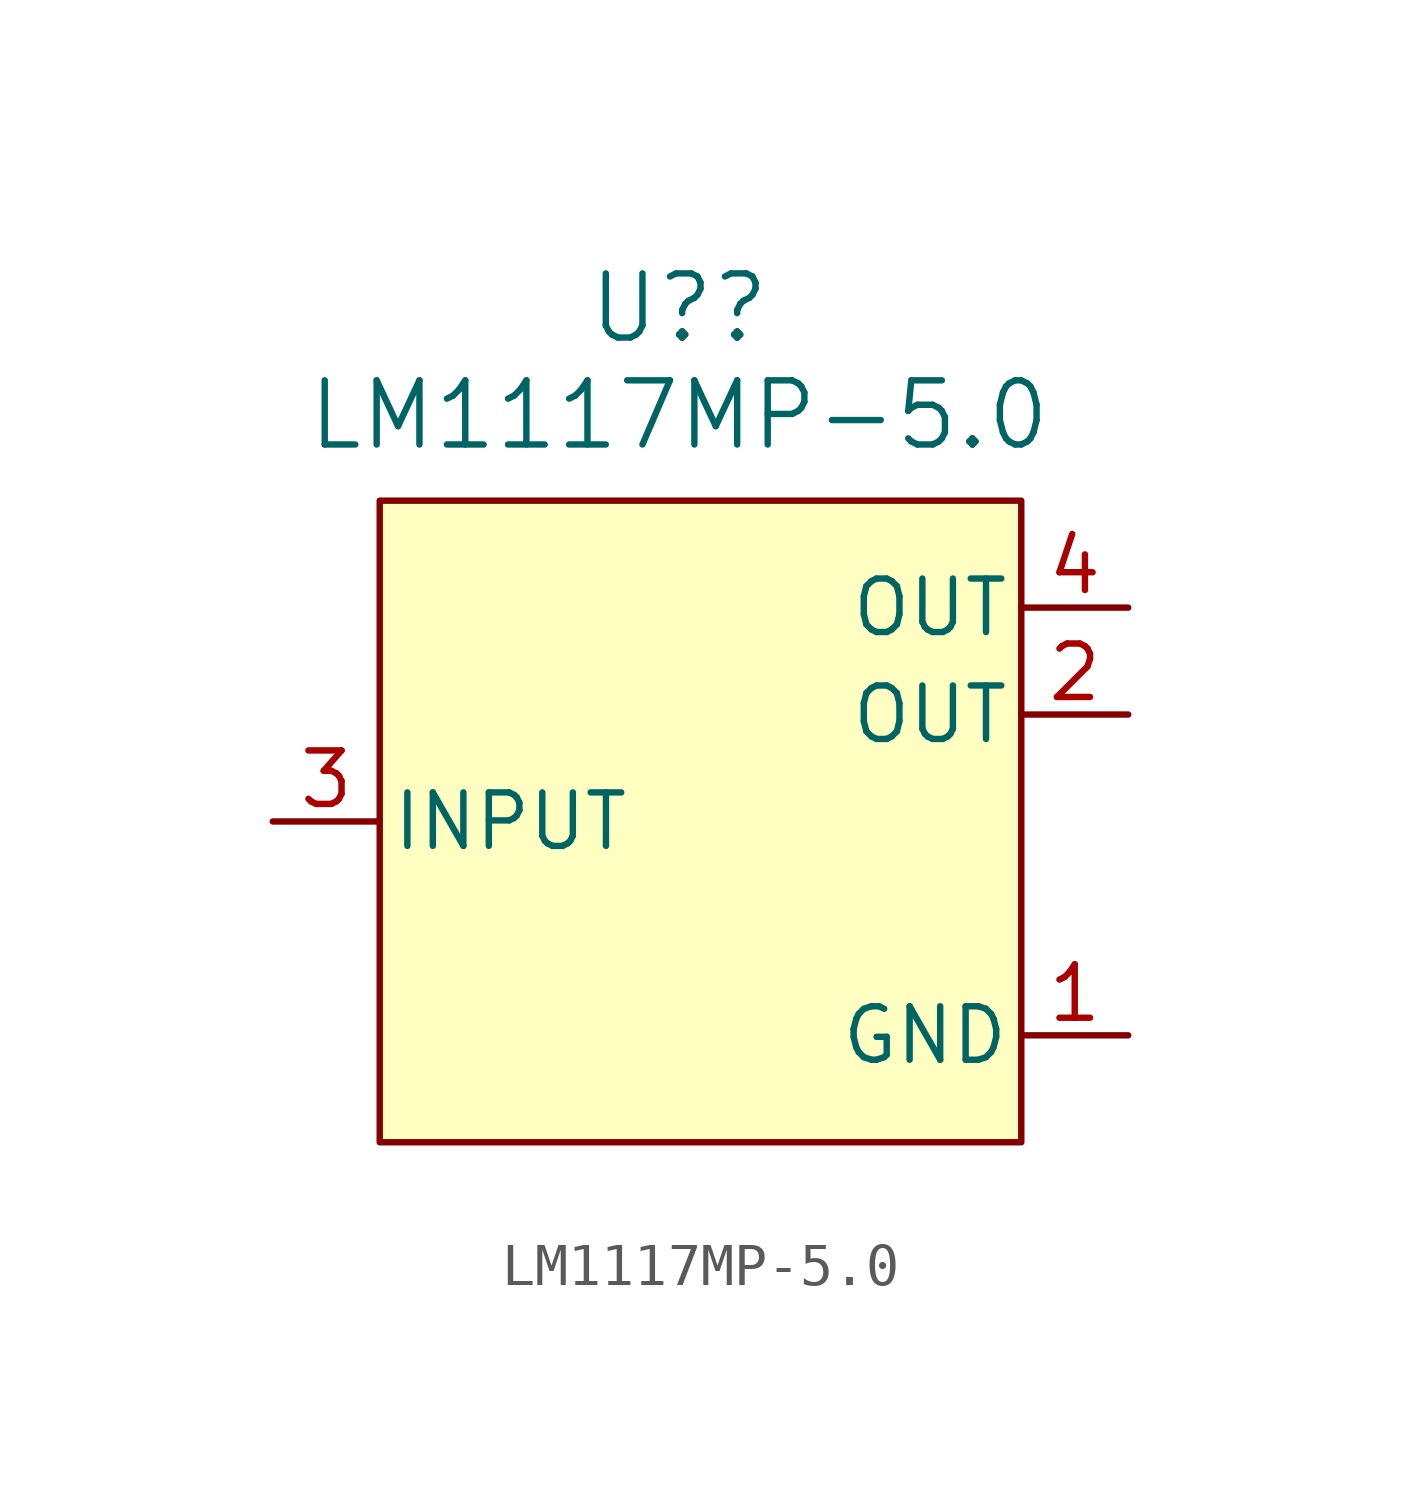
<source format=kicad_sym>
(kicad_symbol_lib
  (version 20241209)
  (generator "kicad_symbol_editor")
  (generator_version "9.0")
  (symbol "LM1117MP-5.0"
    (pin_names
      (offset 0.254))
    (property "Reference" "U?"
      (at -0.508 12.192 0)
      (effects (font (size 1.524 1.524))))
    (property "Value" "LM1117MP-5.0"
      (at -0.508 9.652 0)
      (effects (font (size 1.524 1.524))))
    (symbol "LM1117MP-5.0_0_1"
      (pin power_in line (at -10.16 0 0) (length 2.54) (name "INPUT" (effects (font (size 1.27 1.27)))) (number "3" (effects (font (size 1.27 1.27)))))
      (pin power_in line (at 10.16 5.08 180) (length 2.54) (name "OUT" (effects (font (size 1.27 1.27)))) (number "4" (effects (font (size 1.27 1.27)))))
      (pin power_in line (at 10.16 2.54 180) (length 2.54) (name "OUT" (effects (font (size 1.27 1.27)))) (number "2" (effects (font (size 1.27 1.27)))))
      (pin power_in line (at 10.16 -5.08 180) (length 2.54) (name "GND" (effects (font (size 1.27 1.27)))) (number "1" (effects (font (size 1.27 1.27))))))
    (symbol "LM1117MP-5.0_1_1"
      (rectangle (start -7.62 7.62) (end 7.62 -7.62) (stroke (width 0) (type solid)) (fill (type background))))))
</source>
